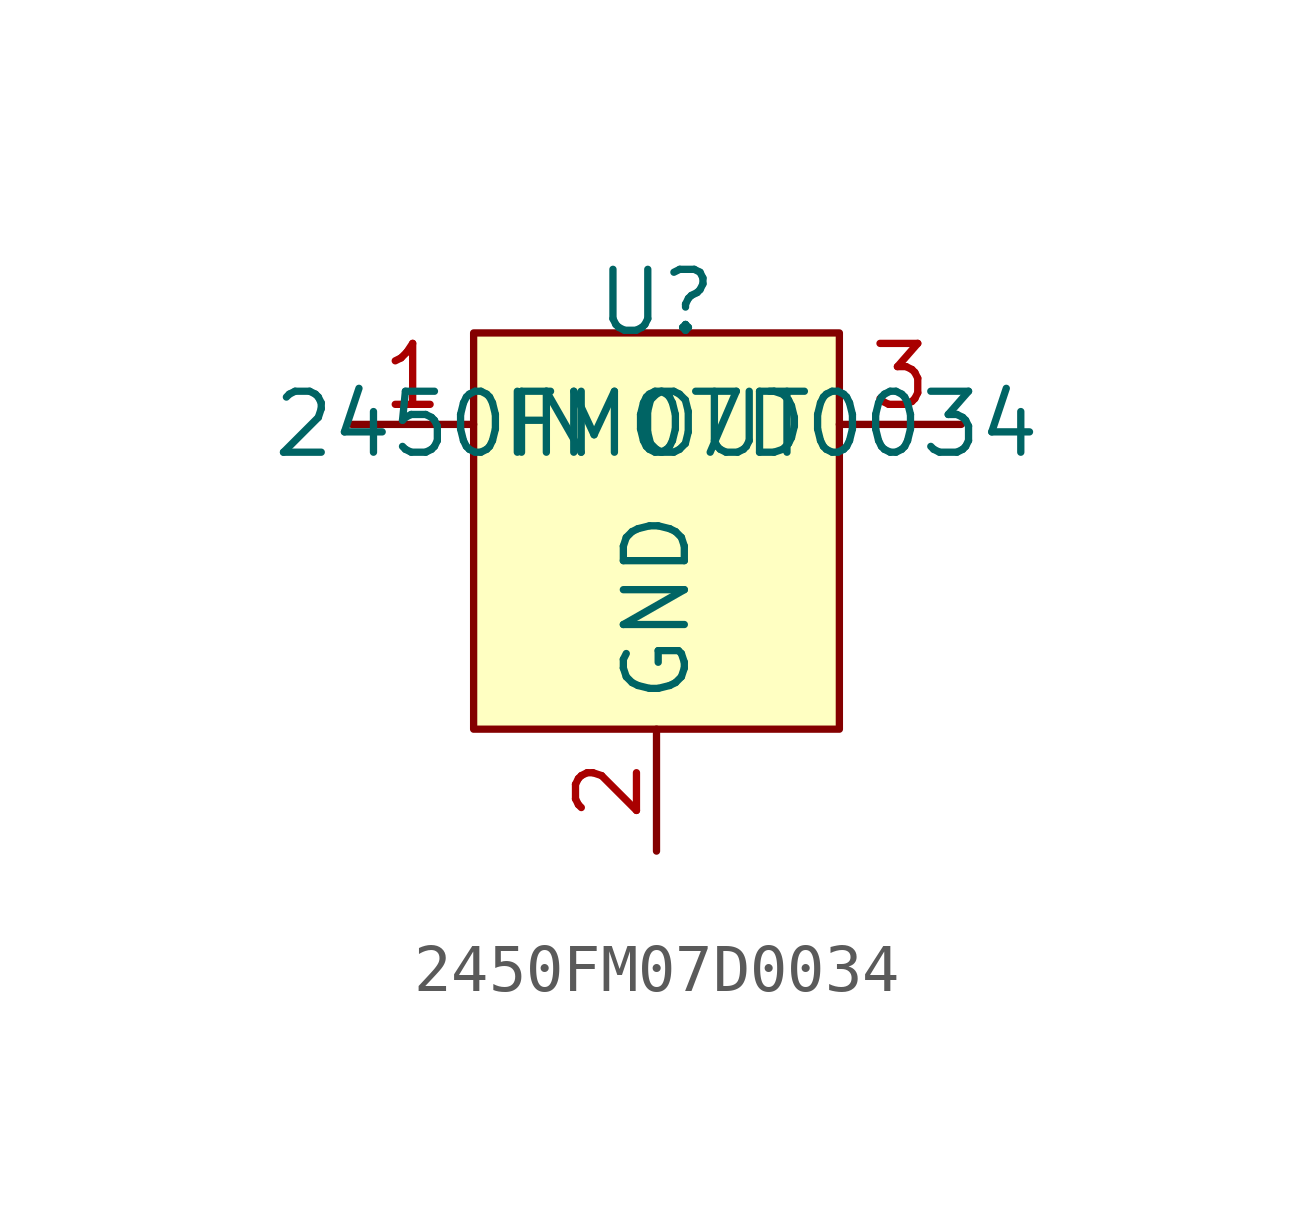
<source format=kicad_sym>
(kicad_symbol_lib
  (version 20220914)
  (generator kicad_symbol_editor)
  (symbol "2450FM07D0034"
    (property "Reference" "U"
      (at 0 2.54 0)
      (effects (font (size 1.27 1.27))))
    (property "Value" "2450FM07D0034"
      (at 0 0 0)
      (effects (font (size 1.27 1.27))))
    (symbol "2450FM07D0034_0_0"
      (pin unspecified line (at -6.35 0 0) (length 2.54) (name "IN" (effects (font (size 1.27 1.27)))) (number "1" (effects (font (size 1.27 1.27)))))
      (pin unspecified line (at 0 -8.89 90) (length 2.54) (name "GND" (effects (font (size 1.27 1.27)))) (number "2" (effects (font (size 1.27 1.27)))))
      (pin unspecified line (at 6.35 0 180) (length 2.54) (name "OUT" (effects (font (size 1.27 1.27)))) (number "3" (effects (font (size 1.27 1.27)))))
      (pin unspecified line (at 0 -8.89 90) (length 2.54) hide (name "GND" (effects (font (size 1.27 1.27)))) (number "4" (effects (font (size 1.27 1.27))))))
    (symbol "2450FM07D0034_0_1"
      (rectangle (start -3.81 1.905) (end 3.81 -6.35) (stroke (width 0) (type default)) (fill (type background))))))
</source>
